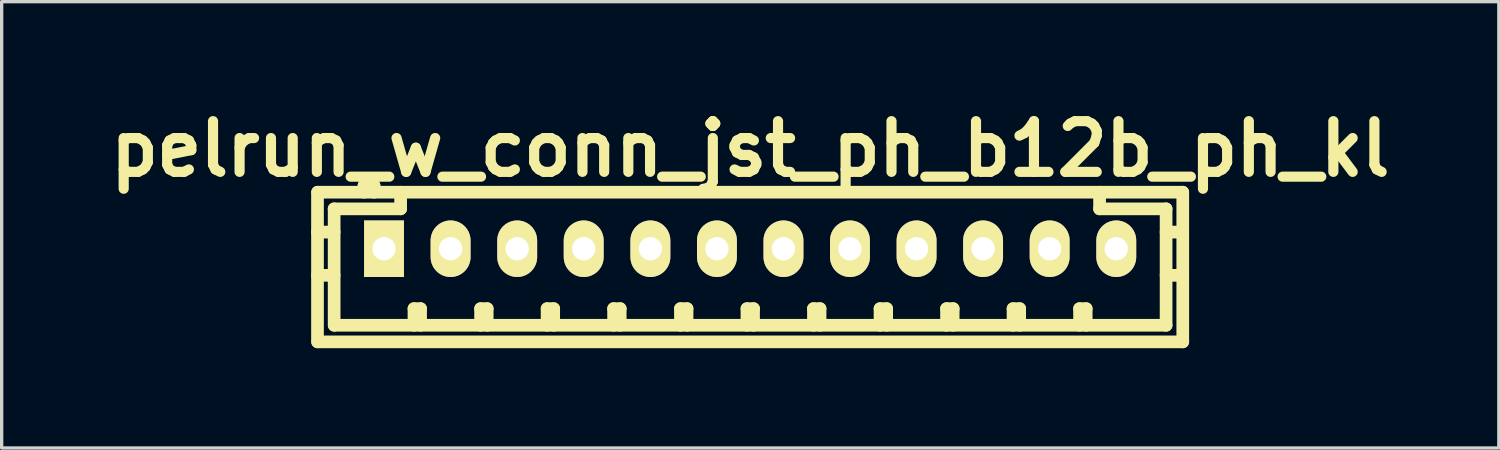
<source format=kicad_pcb>
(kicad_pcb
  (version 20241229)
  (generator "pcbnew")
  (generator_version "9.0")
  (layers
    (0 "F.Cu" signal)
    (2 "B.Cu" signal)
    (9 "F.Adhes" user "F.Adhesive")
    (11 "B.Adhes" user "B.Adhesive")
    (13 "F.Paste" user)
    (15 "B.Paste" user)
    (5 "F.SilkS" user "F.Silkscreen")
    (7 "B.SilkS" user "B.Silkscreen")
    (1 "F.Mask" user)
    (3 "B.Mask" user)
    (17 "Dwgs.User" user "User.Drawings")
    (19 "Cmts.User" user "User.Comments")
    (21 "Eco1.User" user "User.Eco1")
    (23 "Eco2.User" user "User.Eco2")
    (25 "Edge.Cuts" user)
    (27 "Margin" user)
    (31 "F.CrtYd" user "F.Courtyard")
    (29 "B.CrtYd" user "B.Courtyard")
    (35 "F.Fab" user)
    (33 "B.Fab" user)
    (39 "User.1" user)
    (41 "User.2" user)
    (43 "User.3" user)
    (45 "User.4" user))
  (footprint "pelrun_w_conn_jst_ph_b12b_ph_kl"
    (layer "F.Cu")
    (at 19.5 4.426)
    (property "Reference" "pelrun_w_conn_jst_ph_b12b_ph_kl" (at 0 -3 0) (layer "F.SilkS") (effects (font (size 1.524 1.524) (thickness 0.305))))
    (attr through_hole)
    (fp_line (start -13.007 -1.699) (end -13.007 2.799) (stroke (width 0.381) (type solid)) (layer "F.SilkS"))
    (fp_line (start -13 -1.699) (end 13 -1.699) (stroke (width 0.381) (type solid)) (layer "F.SilkS"))
    (fp_line (start -13 2.799) (end 13 2.799) (stroke (width 0.381) (type solid)) (layer "F.SilkS"))
    (fp_line (start -12.507 -1.199) (end -12.507 2.301) (stroke (width 0.381) (type solid)) (layer "F.SilkS"))
    (fp_line (start -12.507 -0.5) (end -13.007 -0.5) (stroke (width 0.381) (type solid)) (layer "F.SilkS"))
    (fp_line (start -12.507 0.8) (end -13.007 0.8) (stroke (width 0.381) (type solid)) (layer "F.SilkS"))
    (fp_line (start -11.608 -1.9) (end -11.608 -1.699) (stroke (width 0.381) (type solid)) (layer "F.SilkS"))
    (fp_line (start -11.308 -1.9) (end -11.608 -1.9) (stroke (width 0.381) (type solid)) (layer "F.SilkS"))
    (fp_line (start -11.308 -1.699) (end -11.308 -1.9) (stroke (width 0.381) (type solid)) (layer "F.SilkS"))
    (fp_line (start -10.508 -1.699) (end -10.508 -1.199) (stroke (width 0.381) (type solid)) (layer "F.SilkS"))
    (fp_line (start -10.508 -1.199) (end -12.507 -1.199) (stroke (width 0.381) (type solid)) (layer "F.SilkS"))
    (fp_line (start -10.107 1.801) (end -9.909 1.801) (stroke (width 0.381) (type solid)) (layer "F.SilkS"))
    (fp_line (start -10.107 2.301) (end -10.107 1.801) (stroke (width 0.381) (type solid)) (layer "F.SilkS"))
    (fp_line (start -9.909 1.801) (end -9.909 2.301) (stroke (width 0.381) (type solid)) (layer "F.SilkS"))
    (fp_line (start -8.105 1.801) (end -7.907 1.801) (stroke (width 0.381) (type solid)) (layer "F.SilkS"))
    (fp_line (start -8.105 2.301) (end -8.105 1.801) (stroke (width 0.381) (type solid)) (layer "F.SilkS"))
    (fp_line (start -7.907 1.801) (end -7.907 2.301) (stroke (width 0.381) (type solid)) (layer "F.SilkS"))
    (fp_line (start -6.106 1.801) (end -5.908 1.801) (stroke (width 0.381) (type solid)) (layer "F.SilkS"))
    (fp_line (start -6.106 2.301) (end -6.106 1.801) (stroke (width 0.381) (type solid)) (layer "F.SilkS"))
    (fp_line (start -5.908 1.801) (end -5.908 2.301) (stroke (width 0.381) (type solid)) (layer "F.SilkS"))
    (fp_line (start -4.107 1.801) (end -3.909 1.801) (stroke (width 0.381) (type solid)) (layer "F.SilkS"))
    (fp_line (start -4.107 2.301) (end -4.107 1.801) (stroke (width 0.381) (type solid)) (layer "F.SilkS"))
    (fp_line (start -3.909 1.801) (end -3.909 2.301) (stroke (width 0.381) (type solid)) (layer "F.SilkS"))
    (fp_line (start -2.098 1.801) (end -1.9 1.801) (stroke (width 0.381) (type solid)) (layer "F.SilkS"))
    (fp_line (start -2.098 2.301) (end -2.098 1.801) (stroke (width 0.381) (type solid)) (layer "F.SilkS"))
    (fp_line (start -1.9 1.801) (end -1.9 2.301) (stroke (width 0.381) (type solid)) (layer "F.SilkS"))
    (fp_line (start -0.099 1.801) (end 0.099 1.801) (stroke (width 0.381) (type solid)) (layer "F.SilkS"))
    (fp_line (start -0.099 2.301) (end -0.099 1.801) (stroke (width 0.381) (type solid)) (layer "F.SilkS"))
    (fp_line (start 0.099 1.801) (end 0.099 2.301) (stroke (width 0.381) (type solid)) (layer "F.SilkS"))
    (fp_line (start 1.9 1.801) (end 2.098 1.801) (stroke (width 0.381) (type solid)) (layer "F.SilkS"))
    (fp_line (start 1.9 2.301) (end 1.9 1.801) (stroke (width 0.381) (type solid)) (layer "F.SilkS"))
    (fp_line (start 2.098 1.801) (end 2.098 2.301) (stroke (width 0.381) (type solid)) (layer "F.SilkS"))
    (fp_line (start 3.901 1.801) (end 4.1 1.801) (stroke (width 0.381) (type solid)) (layer "F.SilkS"))
    (fp_line (start 3.901 2.301) (end 3.901 1.801) (stroke (width 0.381) (type solid)) (layer "F.SilkS"))
    (fp_line (start 4.1 1.801) (end 4.1 2.301) (stroke (width 0.381) (type solid)) (layer "F.SilkS"))
    (fp_line (start 5.9 1.801) (end 6.099 1.801) (stroke (width 0.381) (type solid)) (layer "F.SilkS"))
    (fp_line (start 5.9 2.301) (end 5.9 1.801) (stroke (width 0.381) (type solid)) (layer "F.SilkS"))
    (fp_line (start 6.099 1.801) (end 6.099 2.301) (stroke (width 0.381) (type solid)) (layer "F.SilkS"))
    (fp_line (start 7.899 1.801) (end 8.098 1.801) (stroke (width 0.381) (type solid)) (layer "F.SilkS"))
    (fp_line (start 7.899 2.301) (end 7.899 1.801) (stroke (width 0.381) (type solid)) (layer "F.SilkS"))
    (fp_line (start 8.098 1.801) (end 8.098 2.301) (stroke (width 0.381) (type solid)) (layer "F.SilkS"))
    (fp_line (start 9.898 1.801) (end 10.097 1.801) (stroke (width 0.381) (type solid)) (layer "F.SilkS"))
    (fp_line (start 9.898 2.301) (end 9.898 1.801) (stroke (width 0.381) (type solid)) (layer "F.SilkS"))
    (fp_line (start 10.097 1.801) (end 10.097 2.301) (stroke (width 0.381) (type solid)) (layer "F.SilkS"))
    (fp_line (start 10.5 -1.199) (end 10.5 -1.699) (stroke (width 0.381) (type solid)) (layer "F.SilkS"))
    (fp_line (start 12.499 -1.199) (end 10.5 -1.199) (stroke (width 0.381) (type solid)) (layer "F.SilkS"))
    (fp_line (start 12.499 0.8) (end 13 0.8) (stroke (width 0.381) (type solid)) (layer "F.SilkS"))
    (fp_line (start 12.499 2.301) (end -12.499 2.301) (stroke (width 0.381) (type solid)) (layer "F.SilkS"))
    (fp_line (start 12.499 2.301) (end 12.499 -1.199) (stroke (width 0.381) (type solid)) (layer "F.SilkS"))
    (fp_line (start 13 -1.699) (end 13 2.799) (stroke (width 0.381) (type solid)) (layer "F.SilkS"))
    (fp_line (start 13 -0.5) (end 12.499 -0.5) (stroke (width 0.381) (type solid)) (layer "F.SilkS"))
    (pad "1" thru_hole rect (at -11.008 0) (size 1.199 1.699) (drill 0.701) (layers "*.Cu" "*.Mask" "F.SilkS"))
    (pad "2" thru_hole oval (at -9.007 0) (size 1.199 1.699) (drill 0.701) (layers "*.Cu" "*.Mask" "F.SilkS"))
    (pad "3" thru_hole oval (at -7.005 0) (size 1.199 1.699) (drill 0.701) (layers "*.Cu" "*.Mask" "F.SilkS"))
    (pad "4" thru_hole oval (at -5.006 0) (size 1.199 1.699) (drill 0.701) (layers "*.Cu" "*.Mask" "F.SilkS"))
    (pad "5" thru_hole oval (at -3.002 0) (size 1.199 1.699) (drill 0.701) (layers "*.Cu" "*.Mask" "F.SilkS"))
    (pad "6" thru_hole oval (at -1.001 0) (size 1.199 1.699) (drill 0.701) (layers "*.Cu" "*.Mask" "F.SilkS"))
    (pad "7" thru_hole oval (at 0.998 0) (size 1.199 1.699) (drill 0.701) (layers "*.Cu" "*.Mask" "F.SilkS"))
    (pad "8" thru_hole oval (at 2.997 0) (size 1.199 1.699) (drill 0.701) (layers "*.Cu" "*.Mask" "F.SilkS"))
    (pad "9" thru_hole oval (at 4.999 0) (size 1.199 1.699) (drill 0.701) (layers "*.Cu" "*.Mask" "F.SilkS"))
    (pad "10" thru_hole oval (at 6.998 0) (size 1.199 1.699) (drill 0.701) (layers "*.Cu" "*.Mask" "F.SilkS"))
    (pad "11" thru_hole oval (at 8.999 0) (size 1.199 1.699) (drill 0.701) (layers "*.Cu" "*.Mask" "F.SilkS"))
    (pad "12" thru_hole oval (at 11.001 0) (size 1.199 1.699) (drill 0.701) (layers "*.Cu" "*.Mask" "F.SilkS")))
  (gr_rect
    (start -3 -3)
    (end 42 10.416)
    (stroke (width 0.1) (type default))
    (fill no)
    (layer "Edge.Cuts")))
</source>
